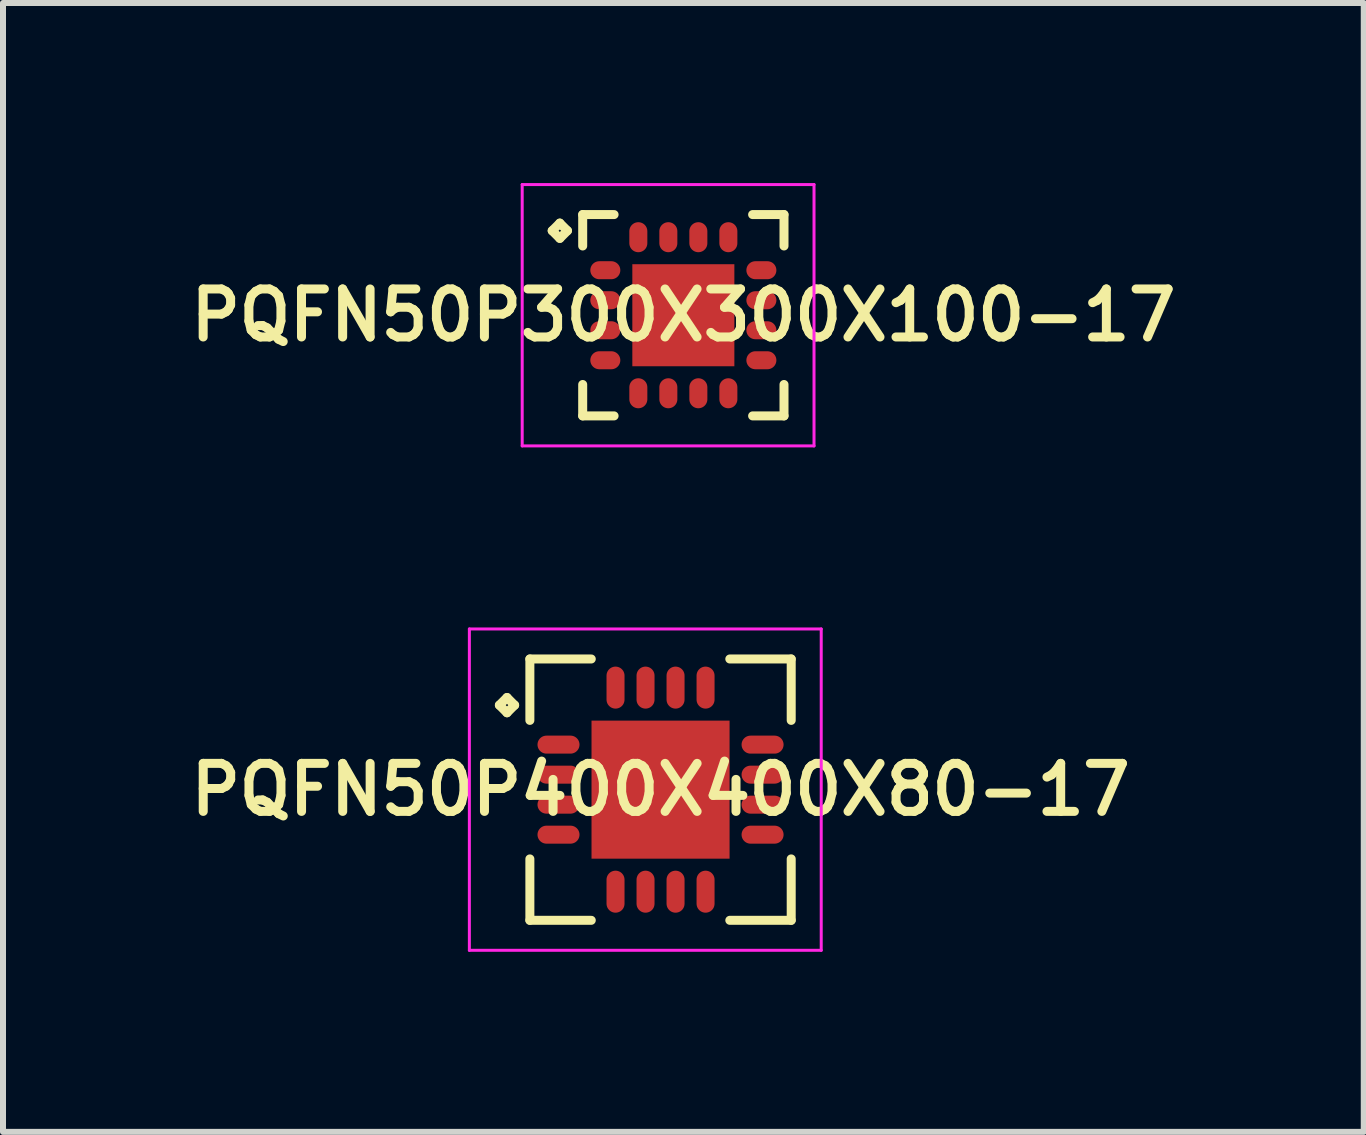
<source format=kicad_pcb>
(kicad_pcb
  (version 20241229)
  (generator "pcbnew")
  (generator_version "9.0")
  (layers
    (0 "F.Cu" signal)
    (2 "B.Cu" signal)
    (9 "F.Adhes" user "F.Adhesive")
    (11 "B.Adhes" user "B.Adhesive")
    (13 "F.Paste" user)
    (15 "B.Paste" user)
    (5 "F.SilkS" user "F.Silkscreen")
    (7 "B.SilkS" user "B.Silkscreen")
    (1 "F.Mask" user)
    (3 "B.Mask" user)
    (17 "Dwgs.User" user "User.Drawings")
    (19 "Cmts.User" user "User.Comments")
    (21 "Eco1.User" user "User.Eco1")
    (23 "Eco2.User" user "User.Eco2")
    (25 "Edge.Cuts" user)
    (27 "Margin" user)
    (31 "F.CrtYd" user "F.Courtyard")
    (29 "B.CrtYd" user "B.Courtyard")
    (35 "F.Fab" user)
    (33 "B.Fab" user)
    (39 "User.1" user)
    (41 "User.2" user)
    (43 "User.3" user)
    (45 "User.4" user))
  (footprint "PQFN50P300X300X100-17"
    (layer "F.Cu")
    (at 8.335 2.202)
    (property "Reference" "PQFN50P300X300X100-17" (at 0 0 0) (layer "F.SilkS") (effects (font (size 0.8 0.8) (thickness 0.15))))
    (attr smd)
    (fp_line (start -2.185 -1.408) (end -2.058 -1.535) (stroke (width 0.15) (type solid)) (layer "F.SilkS"))
    (fp_line (start -2.058 -1.535) (end -1.931 -1.408) (stroke (width 0.15) (type solid)) (layer "F.SilkS"))
    (fp_line (start -2.058 -1.281) (end -2.185 -1.408) (stroke (width 0.15) (type solid)) (layer "F.SilkS"))
    (fp_line (start -1.931 -1.408) (end -2.058 -1.281) (stroke (width 0.15) (type solid)) (layer "F.SilkS"))
    (fp_line (start -1.677 -1.677) (end -1.154 -1.677) (stroke (width 0.15) (type solid)) (layer "F.SilkS"))
    (fp_line (start -1.677 -1.154) (end -1.677 -1.677) (stroke (width 0.15) (type solid)) (layer "F.SilkS"))
    (fp_line (start -1.677 1.154) (end -1.677 1.677) (stroke (width 0.15) (type solid)) (layer "F.SilkS"))
    (fp_line (start -1.677 1.677) (end -1.154 1.677) (stroke (width 0.15) (type solid)) (layer "F.SilkS"))
    (fp_line (start 1.154 -1.677) (end 1.677 -1.677) (stroke (width 0.15) (type solid)) (layer "F.SilkS"))
    (fp_line (start 1.154 1.677) (end 1.677 1.677) (stroke (width 0.15) (type solid)) (layer "F.SilkS"))
    (fp_line (start 1.677 -1.677) (end 1.677 -1.154) (stroke (width 0.15) (type solid)) (layer "F.SilkS"))
    (fp_line (start 1.677 1.677) (end 1.677 1.154) (stroke (width 0.15) (type solid)) (layer "F.SilkS"))
    (fp_line (start -2.685 -2.177) (end 2.177 -2.177) (stroke (width 0.05) (type solid)) (layer "F.CrtYd"))
    (fp_line (start -2.685 2.177) (end -2.685 -2.177) (stroke (width 0.05) (type solid)) (layer "F.CrtYd"))
    (fp_line (start 2.177 -2.177) (end 2.177 2.177) (stroke (width 0.05) (type solid)) (layer "F.CrtYd"))
    (fp_line (start 2.177 2.177) (end -2.685 2.177) (stroke (width 0.05) (type solid)) (layer "F.CrtYd"))
    (pad "1" smd oval (at -1.3 -0.75) (size 0.5 0.3) (layers "F.Cu" "F.Mask" "F.Paste"))
    (pad "2" smd oval (at -1.3 -0.25) (size 0.5 0.3) (layers "F.Cu" "F.Mask" "F.Paste"))
    (pad "3" smd oval (at -1.3 0.25) (size 0.5 0.3) (layers "F.Cu" "F.Mask" "F.Paste"))
    (pad "4" smd oval (at -1.3 0.75) (size 0.5 0.3) (layers "F.Cu" "F.Mask" "F.Paste"))
    (pad "5" smd oval (at -0.75 1.3) (size 0.3 0.5) (layers "F.Cu" "F.Mask" "F.Paste"))
    (pad "6" smd oval (at -0.25 1.3) (size 0.3 0.5) (layers "F.Cu" "F.Mask" "F.Paste"))
    (pad "7" smd oval (at 0.25 1.3) (size 0.3 0.5) (layers "F.Cu" "F.Mask" "F.Paste"))
    (pad "8" smd oval (at 0.75 1.3) (size 0.3 0.5) (layers "F.Cu" "F.Mask" "F.Paste"))
    (pad "9" smd oval (at 1.3 0.75) (size 0.5 0.3) (layers "F.Cu" "F.Mask" "F.Paste"))
    (pad "10" smd oval (at 1.3 0.25) (size 0.5 0.3) (layers "F.Cu" "F.Mask" "F.Paste"))
    (pad "11" smd oval (at 1.3 -0.25) (size 0.5 0.3) (layers "F.Cu" "F.Mask" "F.Paste"))
    (pad "12" smd oval (at 1.3 -0.75) (size 0.5 0.3) (layers "F.Cu" "F.Mask" "F.Paste"))
    (pad "13" smd oval (at 0.75 -1.3) (size 0.3 0.5) (layers "F.Cu" "F.Mask" "F.Paste"))
    (pad "14" smd oval (at 0.25 -1.3) (size 0.3 0.5) (layers "F.Cu" "F.Mask" "F.Paste"))
    (pad "15" smd oval (at -0.25 -1.3) (size 0.3 0.5) (layers "F.Cu" "F.Mask" "F.Paste"))
    (pad "16" smd oval (at -0.75 -1.3) (size 0.3 0.5) (layers "F.Cu" "F.Mask" "F.Paste"))
    (pad "17" smd rect (at 0 0) (size 1.7 1.7) (layers "F.Cu" "F.Mask" "F.Paste")))
  (footprint "PQFN50P400X400X80-17"
    (layer "F.Cu")
    (at 7.955 10.106)
    (property "Reference" "PQFN50P400X400X80-17" (at 0 0 0) (layer "F.SilkS") (effects (font (size 0.8 0.8) (thickness 0.15))))
    (attr smd)
    (fp_line (start -2.685 -1.408) (end -2.558 -1.535) (stroke (width 0.15) (type solid)) (layer "F.SilkS"))
    (fp_line (start -2.558 -1.535) (end -2.431 -1.408) (stroke (width 0.15) (type solid)) (layer "F.SilkS"))
    (fp_line (start -2.558 -1.281) (end -2.685 -1.408) (stroke (width 0.15) (type solid)) (layer "F.SilkS"))
    (fp_line (start -2.431 -1.408) (end -2.558 -1.281) (stroke (width 0.15) (type solid)) (layer "F.SilkS"))
    (fp_line (start -2.177 -2.177) (end -1.154 -2.177) (stroke (width 0.15) (type solid)) (layer "F.SilkS"))
    (fp_line (start -2.177 -1.154) (end -2.177 -2.177) (stroke (width 0.15) (type solid)) (layer "F.SilkS"))
    (fp_line (start -2.177 1.154) (end -2.177 2.177) (stroke (width 0.15) (type solid)) (layer "F.SilkS"))
    (fp_line (start -2.177 2.177) (end -1.154 2.177) (stroke (width 0.15) (type solid)) (layer "F.SilkS"))
    (fp_line (start 1.154 -2.177) (end 2.177 -2.177) (stroke (width 0.15) (type solid)) (layer "F.SilkS"))
    (fp_line (start 1.154 2.177) (end 2.177 2.177) (stroke (width 0.15) (type solid)) (layer "F.SilkS"))
    (fp_line (start 2.177 -2.177) (end 2.177 -1.154) (stroke (width 0.15) (type solid)) (layer "F.SilkS"))
    (fp_line (start 2.177 2.177) (end 2.177 1.154) (stroke (width 0.15) (type solid)) (layer "F.SilkS"))
    (fp_line (start -3.185 -2.677) (end 2.677 -2.677) (stroke (width 0.05) (type solid)) (layer "F.CrtYd"))
    (fp_line (start -3.185 2.677) (end -3.185 -2.677) (stroke (width 0.05) (type solid)) (layer "F.CrtYd"))
    (fp_line (start 2.677 -2.677) (end 2.677 2.677) (stroke (width 0.05) (type solid)) (layer "F.CrtYd"))
    (fp_line (start 2.677 2.677) (end -3.185 2.677) (stroke (width 0.05) (type solid)) (layer "F.CrtYd"))
    (pad "1" smd oval (at -1.7 -0.75) (size 0.7 0.3) (layers "F.Cu" "F.Mask" "F.Paste"))
    (pad "2" smd oval (at -1.7 -0.25) (size 0.7 0.3) (layers "F.Cu" "F.Mask" "F.Paste"))
    (pad "3" smd oval (at -1.7 0.25) (size 0.7 0.3) (layers "F.Cu" "F.Mask" "F.Paste"))
    (pad "4" smd oval (at -1.7 0.75) (size 0.7 0.3) (layers "F.Cu" "F.Mask" "F.Paste"))
    (pad "5" smd oval (at -0.75 1.7) (size 0.3 0.7) (layers "F.Cu" "F.Mask" "F.Paste"))
    (pad "6" smd oval (at -0.25 1.7) (size 0.3 0.7) (layers "F.Cu" "F.Mask" "F.Paste"))
    (pad "7" smd oval (at 0.25 1.7) (size 0.3 0.7) (layers "F.Cu" "F.Mask" "F.Paste"))
    (pad "8" smd oval (at 0.75 1.7) (size 0.3 0.7) (layers "F.Cu" "F.Mask" "F.Paste"))
    (pad "9" smd oval (at 1.7 0.75) (size 0.7 0.3) (layers "F.Cu" "F.Mask" "F.Paste"))
    (pad "10" smd oval (at 1.7 0.25) (size 0.7 0.3) (layers "F.Cu" "F.Mask" "F.Paste"))
    (pad "11" smd oval (at 1.7 -0.25) (size 0.7 0.3) (layers "F.Cu" "F.Mask" "F.Paste"))
    (pad "12" smd oval (at 1.7 -0.75) (size 0.7 0.3) (layers "F.Cu" "F.Mask" "F.Paste"))
    (pad "13" smd oval (at 0.75 -1.7) (size 0.3 0.7) (layers "F.Cu" "F.Mask" "F.Paste"))
    (pad "14" smd oval (at 0.25 -1.7) (size 0.3 0.7) (layers "F.Cu" "F.Mask" "F.Paste"))
    (pad "15" smd oval (at -0.25 -1.7) (size 0.3 0.7) (layers "F.Cu" "F.Mask" "F.Paste"))
    (pad "16" smd oval (at -0.75 -1.7) (size 0.3 0.7) (layers "F.Cu" "F.Mask" "F.Paste"))
    (pad "17" smd rect (at 0 0) (size 2.3 2.3) (layers "F.Cu" "F.Mask" "F.Paste")))
  (gr_rect
    (start -3 -3)
    (end 19.671 15.808)
    (stroke (width 0.1) (type default))
    (fill no)
    (layer "Edge.Cuts")))
</source>
